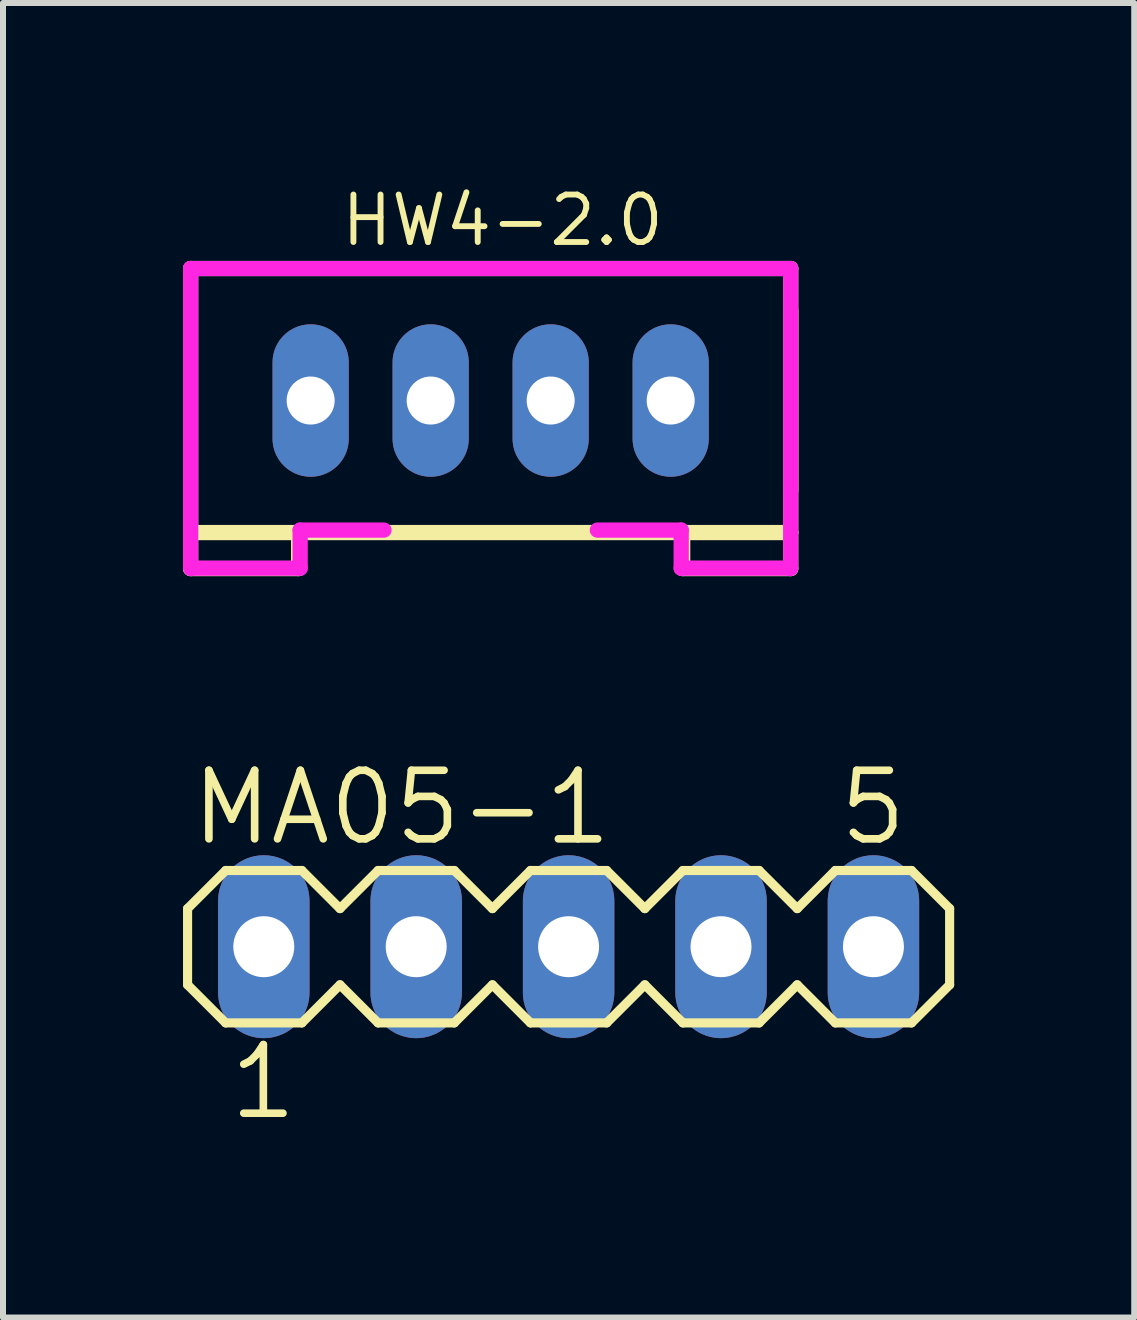
<source format=kicad_pcb>
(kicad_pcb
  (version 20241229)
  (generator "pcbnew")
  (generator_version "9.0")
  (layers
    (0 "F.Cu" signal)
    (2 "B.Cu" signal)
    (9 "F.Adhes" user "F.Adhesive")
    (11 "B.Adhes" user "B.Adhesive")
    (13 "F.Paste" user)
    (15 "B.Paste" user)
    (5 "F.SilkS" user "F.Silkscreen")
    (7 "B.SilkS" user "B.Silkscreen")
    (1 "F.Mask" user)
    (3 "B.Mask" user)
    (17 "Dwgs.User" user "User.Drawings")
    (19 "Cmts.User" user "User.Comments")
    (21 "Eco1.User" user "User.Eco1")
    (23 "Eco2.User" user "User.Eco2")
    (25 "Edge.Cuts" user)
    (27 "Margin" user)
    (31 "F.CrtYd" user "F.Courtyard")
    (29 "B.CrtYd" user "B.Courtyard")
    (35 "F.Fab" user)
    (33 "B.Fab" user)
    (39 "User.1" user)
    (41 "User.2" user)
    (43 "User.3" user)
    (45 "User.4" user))
  (footprint "MA05-1"
    (layer "F.Cu")
    (at 6.426 12.727)
    (property "Reference" "MA05-1" (at -6.35 -1.651 0) (layer "F.SilkS") (effects (font (size 1.143 1.143) (thickness 0.127)) (justify left bottom)))
    (fp_line (start -6.35 -0.635) (end -6.35 0.635) (stroke (width 0.152) (type solid)) (layer "F.SilkS"))
    (fp_line (start -6.35 0.635) (end -5.715 1.27) (stroke (width 0.152) (type solid)) (layer "F.SilkS"))
    (fp_line (start -5.715 -1.27) (end -6.35 -0.635) (stroke (width 0.152) (type solid)) (layer "F.SilkS"))
    (fp_line (start -5.715 -1.27) (end -4.445 -1.27) (stroke (width 0.152) (type solid)) (layer "F.SilkS"))
    (fp_line (start -4.445 -1.27) (end -3.81 -0.635) (stroke (width 0.152) (type solid)) (layer "F.SilkS"))
    (fp_line (start -4.445 1.27) (end -5.715 1.27) (stroke (width 0.152) (type solid)) (layer "F.SilkS"))
    (fp_line (start -3.81 -0.635) (end -3.175 -1.27) (stroke (width 0.152) (type solid)) (layer "F.SilkS"))
    (fp_line (start -3.81 0.635) (end -4.445 1.27) (stroke (width 0.152) (type solid)) (layer "F.SilkS"))
    (fp_line (start -3.175 -1.27) (end -1.905 -1.27) (stroke (width 0.152) (type solid)) (layer "F.SilkS"))
    (fp_line (start -3.175 1.27) (end -3.81 0.635) (stroke (width 0.152) (type solid)) (layer "F.SilkS"))
    (fp_line (start -1.905 -1.27) (end -1.27 -0.635) (stroke (width 0.152) (type solid)) (layer "F.SilkS"))
    (fp_line (start -1.905 1.27) (end -3.175 1.27) (stroke (width 0.152) (type solid)) (layer "F.SilkS"))
    (fp_line (start -1.27 -0.635) (end -0.635 -1.27) (stroke (width 0.152) (type solid)) (layer "F.SilkS"))
    (fp_line (start -1.27 0.635) (end -1.905 1.27) (stroke (width 0.152) (type solid)) (layer "F.SilkS"))
    (fp_line (start -0.635 -1.27) (end 0.635 -1.27) (stroke (width 0.152) (type solid)) (layer "F.SilkS"))
    (fp_line (start -0.635 1.27) (end -1.27 0.635) (stroke (width 0.152) (type solid)) (layer "F.SilkS"))
    (fp_line (start 0.635 -1.27) (end 1.27 -0.635) (stroke (width 0.152) (type solid)) (layer "F.SilkS"))
    (fp_line (start 0.635 1.27) (end -0.635 1.27) (stroke (width 0.152) (type solid)) (layer "F.SilkS"))
    (fp_line (start 1.27 0.635) (end 0.635 1.27) (stroke (width 0.152) (type solid)) (layer "F.SilkS"))
    (fp_line (start 1.27 0.635) (end 1.905 1.27) (stroke (width 0.152) (type solid)) (layer "F.SilkS"))
    (fp_line (start 1.905 -1.27) (end 1.27 -0.635) (stroke (width 0.152) (type solid)) (layer "F.SilkS"))
    (fp_line (start 1.905 -1.27) (end 3.175 -1.27) (stroke (width 0.152) (type solid)) (layer "F.SilkS"))
    (fp_line (start 3.175 -1.27) (end 3.81 -0.635) (stroke (width 0.152) (type solid)) (layer "F.SilkS"))
    (fp_line (start 3.175 1.27) (end 1.905 1.27) (stroke (width 0.152) (type solid)) (layer "F.SilkS"))
    (fp_line (start 3.81 -0.635) (end 4.445 -1.27) (stroke (width 0.152) (type solid)) (layer "F.SilkS"))
    (fp_line (start 3.81 0.635) (end 3.175 1.27) (stroke (width 0.152) (type solid)) (layer "F.SilkS"))
    (fp_line (start 4.445 -1.27) (end 5.715 -1.27) (stroke (width 0.152) (type solid)) (layer "F.SilkS"))
    (fp_line (start 4.445 1.27) (end 3.81 0.635) (stroke (width 0.152) (type solid)) (layer "F.SilkS"))
    (fp_line (start 5.715 -1.27) (end 6.35 -0.635) (stroke (width 0.152) (type solid)) (layer "F.SilkS"))
    (fp_line (start 5.715 1.27) (end 4.445 1.27) (stroke (width 0.152) (type solid)) (layer "F.SilkS"))
    (fp_line (start 6.35 -0.635) (end 6.35 0.635) (stroke (width 0.152) (type solid)) (layer "F.SilkS"))
    (fp_line (start 6.35 0.635) (end 5.715 1.27) (stroke (width 0.152) (type solid)) (layer "F.SilkS"))
    (fp_poly (pts (xy -5.334 0.254) (xy -4.826 0.254) (xy -4.826 -0.254) (xy -5.334 -0.254)) (stroke (width 0.1) (type solid)) (fill no) (layer "F.Fab"))
    (fp_poly (pts (xy -2.794 0.254) (xy -2.286 0.254) (xy -2.286 -0.254) (xy -2.794 -0.254)) (stroke (width 0.1) (type solid)) (fill no) (layer "F.Fab"))
    (fp_poly (pts (xy -0.254 0.254) (xy 0.254 0.254) (xy 0.254 -0.254) (xy -0.254 -0.254)) (stroke (width 0.1) (type solid)) (fill no) (layer "F.Fab"))
    (fp_poly (pts (xy 2.286 0.254) (xy 2.794 0.254) (xy 2.794 -0.254) (xy 2.286 -0.254)) (stroke (width 0.1) (type solid)) (fill no) (layer "F.Fab"))
    (fp_poly (pts (xy 4.826 0.254) (xy 5.334 0.254) (xy 5.334 -0.254) (xy 4.826 -0.254)) (stroke (width 0.1) (type solid)) (fill no) (layer "F.Fab"))
    (fp_text user "1" (at -5.715 2.921 0) (layer "F.SilkS") (effects (font (size 1.143 1.143) (thickness 0.127)) (justify left bottom)))
    (fp_text user "5" (at 4.445 -1.651 0) (layer "F.SilkS") (effects (font (size 1.143 1.143) (thickness 0.127)) (justify left bottom)))
    (pad "1" thru_hole oval (at -5.08 0 90) (size 3.048 1.524) (drill 1.016) (layers "*.Cu" "*.Mask"))
    (pad "2" thru_hole oval (at -2.54 0 90) (size 3.048 1.524) (drill 1.016) (layers "*.Cu" "*.Mask"))
    (pad "3" thru_hole oval (at 0 0 90) (size 3.048 1.524) (drill 1.016) (layers "*.Cu" "*.Mask"))
    (pad "4" thru_hole oval (at 2.54 0 90) (size 3.048 1.524) (drill 1.016) (layers "*.Cu" "*.Mask"))
    (pad "5" thru_hole oval (at 5.08 0 90) (size 3.048 1.524) (drill 1.016) (layers "*.Cu" "*.Mask")))
  (footprint "HW4-2.0"
    (layer "F.Cu")
    (at 5.127 3.625)
    (property "Reference" "HW4-2.0" (at -2.54 -2.54 0) (layer "F.SilkS") (effects (font (size 0.791 0.791) (thickness 0.098)) (justify left bottom)))
    (fp_line (start -5 -2.2) (end -5 2.2) (stroke (width 0.254) (type solid)) (layer "F.SilkS"))
    (fp_line (start -5 -2.2) (end 5 -2.2) (stroke (width 0.254) (type solid)) (layer "F.SilkS"))
    (fp_line (start -5 -1) (end -5 1) (stroke (width 0.127) (type solid)) (layer "F.SilkS"))
    (fp_line (start -5 2.2) (end -5 2.8) (stroke (width 0.254) (type solid)) (layer "F.SilkS"))
    (fp_line (start -5 2.2) (end -3.2 2.2) (stroke (width 0.254) (type solid)) (layer "F.SilkS"))
    (fp_line (start -5 2.8) (end -3.2 2.8) (stroke (width 0.254) (type solid)) (layer "F.SilkS"))
    (fp_line (start -3.2 2.2) (end 3.2 2.2) (stroke (width 0.254) (type solid)) (layer "F.SilkS"))
    (fp_line (start -3.2 2.8) (end -3.2 2.2) (stroke (width 0.254) (type solid)) (layer "F.SilkS"))
    (fp_line (start 3.2 2.2) (end 3.2 2.8) (stroke (width 0.254) (type solid)) (layer "F.SilkS"))
    (fp_line (start 3.2 2.2) (end 5 2.2) (stroke (width 0.254) (type solid)) (layer "F.SilkS"))
    (fp_line (start 3.2 2.8) (end 5 2.8) (stroke (width 0.254) (type solid)) (layer "F.SilkS"))
    (fp_line (start 5 -1.5) (end 5 1.5) (stroke (width 0.254) (type solid)) (layer "F.SilkS"))
    (fp_line (start 5 2.2) (end 5 -2.2) (stroke (width 0.254) (type solid)) (layer "F.SilkS"))
    (fp_line (start 5 2.8) (end 5 2.2) (stroke (width 0.254) (type solid)) (layer "F.SilkS"))
    (fp_line (start -5 -2.2) (end 5 -2.2) (stroke (width 0.254) (type solid)) (layer "F.CrtYd"))
    (fp_line (start -5 2.8) (end -5 -2.2) (stroke (width 0.254) (type solid)) (layer "F.CrtYd"))
    (fp_line (start -4.953 2.794) (end -3.175 2.794) (stroke (width 0.254) (type solid)) (layer "F.CrtYd"))
    (fp_line (start -3.175 2.159) (end -1.778 2.159) (stroke (width 0.254) (type solid)) (layer "F.CrtYd"))
    (fp_line (start -3.175 2.794) (end -3.175 2.159) (stroke (width 0.254) (type solid)) (layer "F.CrtYd"))
    (fp_line (start 1.778 2.159) (end 3.175 2.159) (stroke (width 0.254) (type solid)) (layer "F.CrtYd"))
    (fp_line (start 3.175 2.159) (end 3.175 2.794) (stroke (width 0.254) (type solid)) (layer "F.CrtYd"))
    (fp_line (start 3.175 2.794) (end 4.953 2.794) (stroke (width 0.254) (type solid)) (layer "F.CrtYd"))
    (fp_line (start 5 -2.2) (end 5 2.8) (stroke (width 0.254) (type solid)) (layer "F.CrtYd"))
    (pad "1" thru_hole oval (at -3 0 90) (size 2.54 1.27) (drill 0.8) (layers "*.Cu" "*.Mask"))
    (pad "2" thru_hole oval (at -1 0 90) (size 2.54 1.27) (drill 0.8) (layers "*.Cu" "*.Mask"))
    (pad "3" thru_hole oval (at 1 0 90) (size 2.54 1.27) (drill 0.8) (layers "*.Cu" "*.Mask"))
    (pad "4" thru_hole oval (at 3 0 90) (size 2.54 1.27) (drill 0.8) (layers "*.Cu" "*.Mask")))
  (gr_rect
    (start -3 -3)
    (end 15.852 18.907)
    (stroke (width 0.1) (type default))
    (fill no)
    (layer "Edge.Cuts")))
</source>
